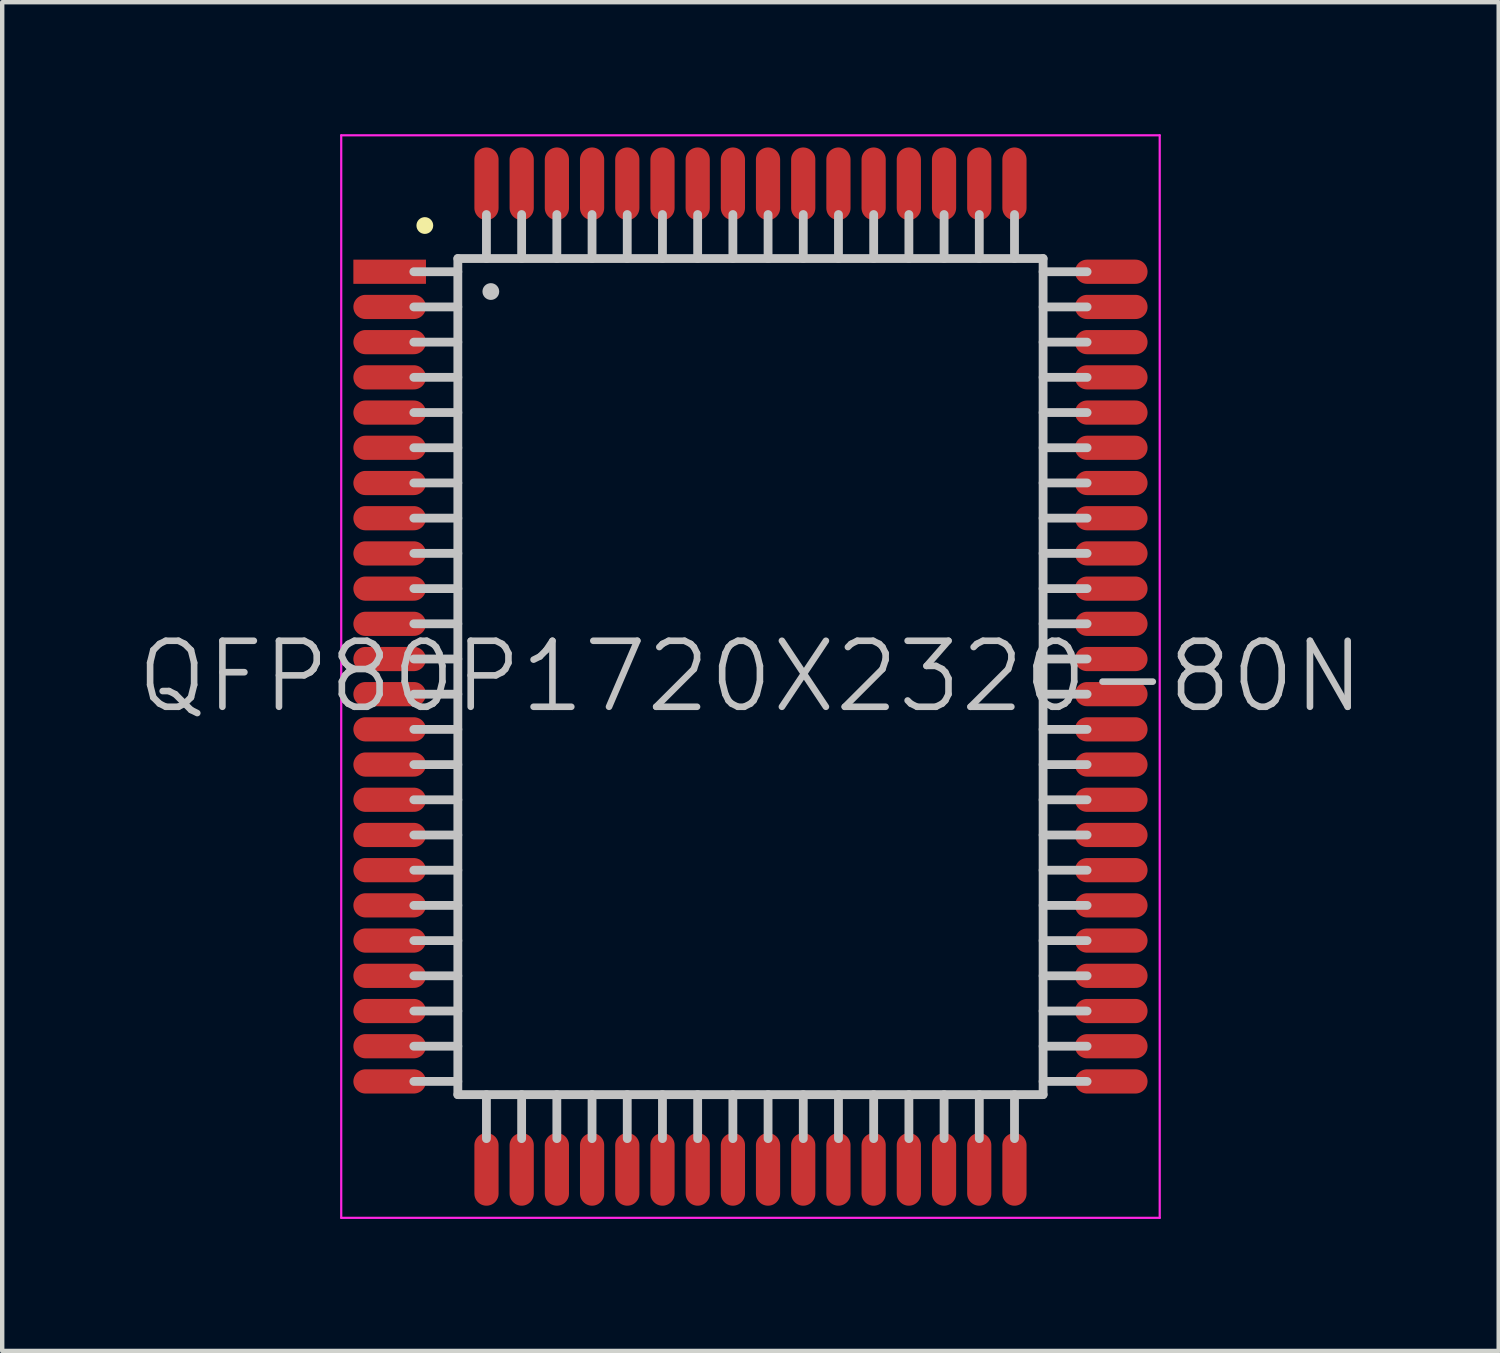
<source format=kicad_pcb>
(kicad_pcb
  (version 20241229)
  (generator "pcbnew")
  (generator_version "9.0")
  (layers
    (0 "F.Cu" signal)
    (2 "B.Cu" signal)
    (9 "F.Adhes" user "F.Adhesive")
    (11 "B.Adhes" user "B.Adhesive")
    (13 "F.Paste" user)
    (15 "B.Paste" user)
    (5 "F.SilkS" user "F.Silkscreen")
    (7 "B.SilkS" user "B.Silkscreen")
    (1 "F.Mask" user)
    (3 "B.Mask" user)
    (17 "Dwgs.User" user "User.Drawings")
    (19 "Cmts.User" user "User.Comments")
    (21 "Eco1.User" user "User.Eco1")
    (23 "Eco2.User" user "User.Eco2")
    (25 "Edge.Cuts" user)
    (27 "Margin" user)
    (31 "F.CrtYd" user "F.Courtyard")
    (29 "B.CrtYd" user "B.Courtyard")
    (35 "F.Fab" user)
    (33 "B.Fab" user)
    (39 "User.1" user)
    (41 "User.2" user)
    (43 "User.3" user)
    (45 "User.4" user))
  (footprint "QFP80P1720X2320-80N"
    (layer "F.Cu")
    (at 14.004 12.325)
    (property "Reference" "QFP80P1720X2320-80N" (at 0 0 0) (layer "Dwgs.User") (effects (font (size 1.5 1.5) (thickness 0.15))))
    (attr smd)
    (fp_line (start -7.4 -10.25) (end -7.4 -10.25) (stroke (width 0.381) (type solid)) (layer "F.SilkS"))
    (fp_line (start -6.65 -9.5) (end -6.65 9.5) (stroke (width 0.2) (type solid)) (layer "Dwgs.User"))
    (fp_line (start -6.65 -9.5) (end 6.65 -9.5) (stroke (width 0.2) (type solid)) (layer "Dwgs.User"))
    (fp_line (start -6.65 -9.2) (end -7.65 -9.2) (stroke (width 0.2) (type solid)) (layer "Dwgs.User"))
    (fp_line (start -6.65 -8.4) (end -7.65 -8.4) (stroke (width 0.2) (type solid)) (layer "Dwgs.User"))
    (fp_line (start -6.65 -7.6) (end -7.65 -7.6) (stroke (width 0.2) (type solid)) (layer "Dwgs.User"))
    (fp_line (start -6.65 -6.8) (end -7.65 -6.8) (stroke (width 0.2) (type solid)) (layer "Dwgs.User"))
    (fp_line (start -6.65 -6) (end -7.65 -6) (stroke (width 0.2) (type solid)) (layer "Dwgs.User"))
    (fp_line (start -6.65 -5.2) (end -7.65 -5.2) (stroke (width 0.2) (type solid)) (layer "Dwgs.User"))
    (fp_line (start -6.65 -4.4) (end -7.65 -4.4) (stroke (width 0.2) (type solid)) (layer "Dwgs.User"))
    (fp_line (start -6.65 -3.6) (end -7.65 -3.6) (stroke (width 0.2) (type solid)) (layer "Dwgs.User"))
    (fp_line (start -6.65 -2.8) (end -7.65 -2.8) (stroke (width 0.2) (type solid)) (layer "Dwgs.User"))
    (fp_line (start -6.65 -2) (end -7.65 -2) (stroke (width 0.2) (type solid)) (layer "Dwgs.User"))
    (fp_line (start -6.65 -1.2) (end -7.65 -1.2) (stroke (width 0.2) (type solid)) (layer "Dwgs.User"))
    (fp_line (start -6.65 -0.4) (end -7.65 -0.4) (stroke (width 0.2) (type solid)) (layer "Dwgs.User"))
    (fp_line (start -6.65 0.4) (end -7.65 0.4) (stroke (width 0.2) (type solid)) (layer "Dwgs.User"))
    (fp_line (start -6.65 1.2) (end -7.65 1.2) (stroke (width 0.2) (type solid)) (layer "Dwgs.User"))
    (fp_line (start -6.65 2) (end -7.65 2) (stroke (width 0.2) (type solid)) (layer "Dwgs.User"))
    (fp_line (start -6.65 2.8) (end -7.65 2.8) (stroke (width 0.2) (type solid)) (layer "Dwgs.User"))
    (fp_line (start -6.65 3.6) (end -7.65 3.6) (stroke (width 0.2) (type solid)) (layer "Dwgs.User"))
    (fp_line (start -6.65 4.4) (end -7.65 4.4) (stroke (width 0.2) (type solid)) (layer "Dwgs.User"))
    (fp_line (start -6.65 5.2) (end -7.65 5.2) (stroke (width 0.2) (type solid)) (layer "Dwgs.User"))
    (fp_line (start -6.65 6) (end -7.65 6) (stroke (width 0.2) (type solid)) (layer "Dwgs.User"))
    (fp_line (start -6.65 6.8) (end -7.65 6.8) (stroke (width 0.2) (type solid)) (layer "Dwgs.User"))
    (fp_line (start -6.65 7.6) (end -7.65 7.6) (stroke (width 0.2) (type solid)) (layer "Dwgs.User"))
    (fp_line (start -6.65 8.4) (end -7.65 8.4) (stroke (width 0.2) (type solid)) (layer "Dwgs.User"))
    (fp_line (start -6.65 9.2) (end -7.65 9.2) (stroke (width 0.2) (type solid)) (layer "Dwgs.User"))
    (fp_line (start -6.65 9.5) (end 6.65 9.5) (stroke (width 0.2) (type solid)) (layer "Dwgs.User"))
    (fp_line (start -6 -9.5) (end -6 -10.5) (stroke (width 0.2) (type solid)) (layer "Dwgs.User"))
    (fp_line (start -6 10.5) (end -6 9.5) (stroke (width 0.2) (type solid)) (layer "Dwgs.User"))
    (fp_line (start -5.9 -8.75) (end -5.9 -8.75) (stroke (width 0.381) (type solid)) (layer "Dwgs.User"))
    (fp_line (start -5.2 -9.5) (end -5.2 -10.5) (stroke (width 0.2) (type solid)) (layer "Dwgs.User"))
    (fp_line (start -5.2 10.5) (end -5.2 9.5) (stroke (width 0.2) (type solid)) (layer "Dwgs.User"))
    (fp_line (start -4.4 -9.5) (end -4.4 -10.5) (stroke (width 0.2) (type solid)) (layer "Dwgs.User"))
    (fp_line (start -4.4 10.5) (end -4.4 9.5) (stroke (width 0.2) (type solid)) (layer "Dwgs.User"))
    (fp_line (start -3.6 -9.5) (end -3.6 -10.5) (stroke (width 0.2) (type solid)) (layer "Dwgs.User"))
    (fp_line (start -3.6 10.5) (end -3.6 9.5) (stroke (width 0.2) (type solid)) (layer "Dwgs.User"))
    (fp_line (start -2.8 -9.5) (end -2.8 -10.5) (stroke (width 0.2) (type solid)) (layer "Dwgs.User"))
    (fp_line (start -2.8 10.5) (end -2.8 9.5) (stroke (width 0.2) (type solid)) (layer "Dwgs.User"))
    (fp_line (start -2 -9.5) (end -2 -10.5) (stroke (width 0.2) (type solid)) (layer "Dwgs.User"))
    (fp_line (start -2 10.5) (end -2 9.5) (stroke (width 0.2) (type solid)) (layer "Dwgs.User"))
    (fp_line (start -1.2 -9.5) (end -1.2 -10.5) (stroke (width 0.2) (type solid)) (layer "Dwgs.User"))
    (fp_line (start -1.2 10.5) (end -1.2 9.5) (stroke (width 0.2) (type solid)) (layer "Dwgs.User"))
    (fp_line (start -0.4 -9.5) (end -0.4 -10.5) (stroke (width 0.2) (type solid)) (layer "Dwgs.User"))
    (fp_line (start -0.4 10.5) (end -0.4 9.5) (stroke (width 0.2) (type solid)) (layer "Dwgs.User"))
    (fp_line (start 0.4 -9.5) (end 0.4 -10.5) (stroke (width 0.2) (type solid)) (layer "Dwgs.User"))
    (fp_line (start 0.4 10.5) (end 0.4 9.5) (stroke (width 0.2) (type solid)) (layer "Dwgs.User"))
    (fp_line (start 1.2 -9.5) (end 1.2 -10.5) (stroke (width 0.2) (type solid)) (layer "Dwgs.User"))
    (fp_line (start 1.2 10.5) (end 1.2 9.5) (stroke (width 0.2) (type solid)) (layer "Dwgs.User"))
    (fp_line (start 2 -9.5) (end 2 -10.5) (stroke (width 0.2) (type solid)) (layer "Dwgs.User"))
    (fp_line (start 2 10.5) (end 2 9.5) (stroke (width 0.2) (type solid)) (layer "Dwgs.User"))
    (fp_line (start 2.8 -9.5) (end 2.8 -10.5) (stroke (width 0.2) (type solid)) (layer "Dwgs.User"))
    (fp_line (start 2.8 10.5) (end 2.8 9.5) (stroke (width 0.2) (type solid)) (layer "Dwgs.User"))
    (fp_line (start 3.6 -9.5) (end 3.6 -10.5) (stroke (width 0.2) (type solid)) (layer "Dwgs.User"))
    (fp_line (start 3.6 10.5) (end 3.6 9.5) (stroke (width 0.2) (type solid)) (layer "Dwgs.User"))
    (fp_line (start 4.4 -9.5) (end 4.4 -10.5) (stroke (width 0.2) (type solid)) (layer "Dwgs.User"))
    (fp_line (start 4.4 10.5) (end 4.4 9.5) (stroke (width 0.2) (type solid)) (layer "Dwgs.User"))
    (fp_line (start 5.2 -9.5) (end 5.2 -10.5) (stroke (width 0.2) (type solid)) (layer "Dwgs.User"))
    (fp_line (start 5.2 10.5) (end 5.2 9.5) (stroke (width 0.2) (type solid)) (layer "Dwgs.User"))
    (fp_line (start 6 -9.5) (end 6 -10.5) (stroke (width 0.2) (type solid)) (layer "Dwgs.User"))
    (fp_line (start 6 10.5) (end 6 9.5) (stroke (width 0.2) (type solid)) (layer "Dwgs.User"))
    (fp_line (start 6.65 -9.5) (end 6.65 9.5) (stroke (width 0.2) (type solid)) (layer "Dwgs.User"))
    (fp_line (start 7.65 -9.2) (end 6.65 -9.2) (stroke (width 0.2) (type solid)) (layer "Dwgs.User"))
    (fp_line (start 7.65 -8.4) (end 6.65 -8.4) (stroke (width 0.2) (type solid)) (layer "Dwgs.User"))
    (fp_line (start 7.65 -7.6) (end 6.65 -7.6) (stroke (width 0.2) (type solid)) (layer "Dwgs.User"))
    (fp_line (start 7.65 -6.8) (end 6.65 -6.8) (stroke (width 0.2) (type solid)) (layer "Dwgs.User"))
    (fp_line (start 7.65 -6) (end 6.65 -6) (stroke (width 0.2) (type solid)) (layer "Dwgs.User"))
    (fp_line (start 7.65 -5.2) (end 6.65 -5.2) (stroke (width 0.2) (type solid)) (layer "Dwgs.User"))
    (fp_line (start 7.65 -4.4) (end 6.65 -4.4) (stroke (width 0.2) (type solid)) (layer "Dwgs.User"))
    (fp_line (start 7.65 -3.6) (end 6.65 -3.6) (stroke (width 0.2) (type solid)) (layer "Dwgs.User"))
    (fp_line (start 7.65 -2.8) (end 6.65 -2.8) (stroke (width 0.2) (type solid)) (layer "Dwgs.User"))
    (fp_line (start 7.65 -2) (end 6.65 -2) (stroke (width 0.2) (type solid)) (layer "Dwgs.User"))
    (fp_line (start 7.65 -1.2) (end 6.65 -1.2) (stroke (width 0.2) (type solid)) (layer "Dwgs.User"))
    (fp_line (start 7.65 -0.4) (end 6.65 -0.4) (stroke (width 0.2) (type solid)) (layer "Dwgs.User"))
    (fp_line (start 7.65 0.4) (end 6.65 0.4) (stroke (width 0.2) (type solid)) (layer "Dwgs.User"))
    (fp_line (start 7.65 1.2) (end 6.65 1.2) (stroke (width 0.2) (type solid)) (layer "Dwgs.User"))
    (fp_line (start 7.65 2) (end 6.65 2) (stroke (width 0.2) (type solid)) (layer "Dwgs.User"))
    (fp_line (start 7.65 2.8) (end 6.65 2.8) (stroke (width 0.2) (type solid)) (layer "Dwgs.User"))
    (fp_line (start 7.65 3.6) (end 6.65 3.6) (stroke (width 0.2) (type solid)) (layer "Dwgs.User"))
    (fp_line (start 7.65 4.4) (end 6.65 4.4) (stroke (width 0.2) (type solid)) (layer "Dwgs.User"))
    (fp_line (start 7.65 5.2) (end 6.65 5.2) (stroke (width 0.2) (type solid)) (layer "Dwgs.User"))
    (fp_line (start 7.65 6) (end 6.65 6) (stroke (width 0.2) (type solid)) (layer "Dwgs.User"))
    (fp_line (start 7.65 6.8) (end 6.65 6.8) (stroke (width 0.2) (type solid)) (layer "Dwgs.User"))
    (fp_line (start 7.65 7.6) (end 6.65 7.6) (stroke (width 0.2) (type solid)) (layer "Dwgs.User"))
    (fp_line (start 7.65 8.4) (end 6.65 8.4) (stroke (width 0.2) (type solid)) (layer "Dwgs.User"))
    (fp_line (start 7.65 9.2) (end 6.65 9.2) (stroke (width 0.2) (type solid)) (layer "Dwgs.User"))
    (fp_line (start -9.3 -12.3) (end -9.3 12.3) (stroke (width 0.05) (type solid)) (layer "F.CrtYd"))
    (fp_line (start -9.3 -12.3) (end 9.3 -12.3) (stroke (width 0.05) (type solid)) (layer "F.CrtYd"))
    (fp_line (start -9.3 12.3) (end 9.3 12.3) (stroke (width 0.05) (type solid)) (layer "F.CrtYd"))
    (fp_line (start 9.3 -12.3) (end 9.3 12.3) (stroke (width 0.05) (type solid)) (layer "F.CrtYd"))
    (pad "1" smd rect (at -8.199 -9.2 90) (size 0.55 1.65) (layers "F.Cu" "F.Mask" "F.Paste"))
    (pad "2" smd oval (at -8.199 -8.4 90) (size 0.55 1.65) (layers "F.Cu" "F.Mask" "F.Paste"))
    (pad "3" smd oval (at -8.199 -7.6 90) (size 0.55 1.65) (layers "F.Cu" "F.Mask" "F.Paste"))
    (pad "4" smd oval (at -8.199 -6.8 90) (size 0.55 1.65) (layers "F.Cu" "F.Mask" "F.Paste"))
    (pad "5" smd oval (at -8.199 -5.999 90) (size 0.55 1.65) (layers "F.Cu" "F.Mask" "F.Paste"))
    (pad "6" smd oval (at -8.199 -5.199 90) (size 0.55 1.65) (layers "F.Cu" "F.Mask" "F.Paste"))
    (pad "7" smd oval (at -8.199 -4.399 90) (size 0.55 1.65) (layers "F.Cu" "F.Mask" "F.Paste"))
    (pad "8" smd oval (at -8.199 -3.599 90) (size 0.55 1.65) (layers "F.Cu" "F.Mask" "F.Paste"))
    (pad "9" smd oval (at -8.199 -2.799 90) (size 0.55 1.65) (layers "F.Cu" "F.Mask" "F.Paste"))
    (pad "10" smd oval (at -8.199 -1.999 90) (size 0.55 1.65) (layers "F.Cu" "F.Mask" "F.Paste"))
    (pad "11" smd oval (at -8.199 -1.199 90) (size 0.55 1.65) (layers "F.Cu" "F.Mask" "F.Paste"))
    (pad "12" smd oval (at -8.199 -0.399 90) (size 0.55 1.65) (layers "F.Cu" "F.Mask" "F.Paste"))
    (pad "13" smd oval (at -8.199 0.399 90) (size 0.55 1.65) (layers "F.Cu" "F.Mask" "F.Paste"))
    (pad "14" smd oval (at -8.199 1.199 90) (size 0.55 1.65) (layers "F.Cu" "F.Mask" "F.Paste"))
    (pad "15" smd oval (at -8.199 1.999 90) (size 0.55 1.65) (layers "F.Cu" "F.Mask" "F.Paste"))
    (pad "16" smd oval (at -8.199 2.799 90) (size 0.55 1.65) (layers "F.Cu" "F.Mask" "F.Paste"))
    (pad "17" smd oval (at -8.199 3.599 90) (size 0.55 1.65) (layers "F.Cu" "F.Mask" "F.Paste"))
    (pad "18" smd oval (at -8.199 4.399 90) (size 0.55 1.65) (layers "F.Cu" "F.Mask" "F.Paste"))
    (pad "19" smd oval (at -8.199 5.199 90) (size 0.55 1.65) (layers "F.Cu" "F.Mask" "F.Paste"))
    (pad "20" smd oval (at -8.199 5.999 90) (size 0.55 1.65) (layers "F.Cu" "F.Mask" "F.Paste"))
    (pad "21" smd oval (at -8.199 6.8 90) (size 0.55 1.65) (layers "F.Cu" "F.Mask" "F.Paste"))
    (pad "22" smd oval (at -8.199 7.6 90) (size 0.55 1.65) (layers "F.Cu" "F.Mask" "F.Paste"))
    (pad "23" smd oval (at -8.199 8.4 90) (size 0.55 1.65) (layers "F.Cu" "F.Mask" "F.Paste"))
    (pad "24" smd oval (at -8.199 9.2 90) (size 0.55 1.65) (layers "F.Cu" "F.Mask" "F.Paste"))
    (pad "25" smd oval (at -5.999 11.199 180) (size 0.55 1.65) (layers "F.Cu" "F.Mask" "F.Paste"))
    (pad "26" smd oval (at -5.199 11.199 180) (size 0.55 1.65) (layers "F.Cu" "F.Mask" "F.Paste"))
    (pad "27" smd oval (at -4.399 11.199 180) (size 0.55 1.65) (layers "F.Cu" "F.Mask" "F.Paste"))
    (pad "28" smd oval (at -3.599 11.199 180) (size 0.55 1.65) (layers "F.Cu" "F.Mask" "F.Paste"))
    (pad "29" smd oval (at -2.799 11.199 180) (size 0.55 1.65) (layers "F.Cu" "F.Mask" "F.Paste"))
    (pad "30" smd oval (at -1.999 11.199 180) (size 0.55 1.65) (layers "F.Cu" "F.Mask" "F.Paste"))
    (pad "31" smd oval (at -1.199 11.199 180) (size 0.55 1.65) (layers "F.Cu" "F.Mask" "F.Paste"))
    (pad "32" smd oval (at -0.399 11.199 180) (size 0.55 1.65) (layers "F.Cu" "F.Mask" "F.Paste"))
    (pad "33" smd oval (at 0.399 11.199 180) (size 0.55 1.65) (layers "F.Cu" "F.Mask" "F.Paste"))
    (pad "34" smd oval (at 1.199 11.199 180) (size 0.55 1.65) (layers "F.Cu" "F.Mask" "F.Paste"))
    (pad "35" smd oval (at 1.999 11.199 180) (size 0.55 1.65) (layers "F.Cu" "F.Mask" "F.Paste"))
    (pad "36" smd oval (at 2.799 11.199 180) (size 0.55 1.65) (layers "F.Cu" "F.Mask" "F.Paste"))
    (pad "37" smd oval (at 3.599 11.199 180) (size 0.55 1.65) (layers "F.Cu" "F.Mask" "F.Paste"))
    (pad "38" smd oval (at 4.399 11.199 180) (size 0.55 1.65) (layers "F.Cu" "F.Mask" "F.Paste"))
    (pad "39" smd oval (at 5.199 11.199 180) (size 0.55 1.65) (layers "F.Cu" "F.Mask" "F.Paste"))
    (pad "40" smd oval (at 5.999 11.199 180) (size 0.55 1.65) (layers "F.Cu" "F.Mask" "F.Paste"))
    (pad "41" smd oval (at 8.199 9.2 270) (size 0.55 1.65) (layers "F.Cu" "F.Mask" "F.Paste"))
    (pad "42" smd oval (at 8.199 8.4 270) (size 0.55 1.65) (layers "F.Cu" "F.Mask" "F.Paste"))
    (pad "43" smd oval (at 8.199 7.6 270) (size 0.55 1.65) (layers "F.Cu" "F.Mask" "F.Paste"))
    (pad "44" smd oval (at 8.199 6.8 270) (size 0.55 1.65) (layers "F.Cu" "F.Mask" "F.Paste"))
    (pad "45" smd oval (at 8.199 5.999 270) (size 0.55 1.65) (layers "F.Cu" "F.Mask" "F.Paste"))
    (pad "46" smd oval (at 8.199 5.199 270) (size 0.55 1.65) (layers "F.Cu" "F.Mask" "F.Paste"))
    (pad "47" smd oval (at 8.199 4.399 270) (size 0.55 1.65) (layers "F.Cu" "F.Mask" "F.Paste"))
    (pad "48" smd oval (at 8.199 3.599 270) (size 0.55 1.65) (layers "F.Cu" "F.Mask" "F.Paste"))
    (pad "49" smd oval (at 8.199 2.799 270) (size 0.55 1.65) (layers "F.Cu" "F.Mask" "F.Paste"))
    (pad "50" smd oval (at 8.199 1.999 270) (size 0.55 1.65) (layers "F.Cu" "F.Mask" "F.Paste"))
    (pad "51" smd oval (at 8.199 1.199 270) (size 0.55 1.65) (layers "F.Cu" "F.Mask" "F.Paste"))
    (pad "52" smd oval (at 8.199 0.399 270) (size 0.55 1.65) (layers "F.Cu" "F.Mask" "F.Paste"))
    (pad "53" smd oval (at 8.199 -0.399 270) (size 0.55 1.65) (layers "F.Cu" "F.Mask" "F.Paste"))
    (pad "54" smd oval (at 8.199 -1.199 270) (size 0.55 1.65) (layers "F.Cu" "F.Mask" "F.Paste"))
    (pad "55" smd oval (at 8.199 -1.999 270) (size 0.55 1.65) (layers "F.Cu" "F.Mask" "F.Paste"))
    (pad "56" smd oval (at 8.199 -2.799 270) (size 0.55 1.65) (layers "F.Cu" "F.Mask" "F.Paste"))
    (pad "57" smd oval (at 8.199 -3.599 270) (size 0.55 1.65) (layers "F.Cu" "F.Mask" "F.Paste"))
    (pad "58" smd oval (at 8.199 -4.399 270) (size 0.55 1.65) (layers "F.Cu" "F.Mask" "F.Paste"))
    (pad "59" smd oval (at 8.199 -5.199 270) (size 0.55 1.65) (layers "F.Cu" "F.Mask" "F.Paste"))
    (pad "60" smd oval (at 8.199 -5.999 270) (size 0.55 1.65) (layers "F.Cu" "F.Mask" "F.Paste"))
    (pad "61" smd oval (at 8.199 -6.8 270) (size 0.55 1.65) (layers "F.Cu" "F.Mask" "F.Paste"))
    (pad "62" smd oval (at 8.199 -7.6 270) (size 0.55 1.65) (layers "F.Cu" "F.Mask" "F.Paste"))
    (pad "63" smd oval (at 8.199 -8.4 270) (size 0.55 1.65) (layers "F.Cu" "F.Mask" "F.Paste"))
    (pad "64" smd oval (at 8.199 -9.2 270) (size 0.55 1.65) (layers "F.Cu" "F.Mask" "F.Paste"))
    (pad "65" smd oval (at 5.999 -11.199) (size 0.55 1.65) (layers "F.Cu" "F.Mask" "F.Paste"))
    (pad "66" smd oval (at 5.199 -11.199) (size 0.55 1.65) (layers "F.Cu" "F.Mask" "F.Paste"))
    (pad "67" smd oval (at 4.399 -11.199) (size 0.55 1.65) (layers "F.Cu" "F.Mask" "F.Paste"))
    (pad "68" smd oval (at 3.599 -11.199) (size 0.55 1.65) (layers "F.Cu" "F.Mask" "F.Paste"))
    (pad "69" smd oval (at 2.799 -11.199) (size 0.55 1.65) (layers "F.Cu" "F.Mask" "F.Paste"))
    (pad "70" smd oval (at 1.999 -11.199) (size 0.55 1.65) (layers "F.Cu" "F.Mask" "F.Paste"))
    (pad "71" smd oval (at 1.199 -11.199) (size 0.55 1.65) (layers "F.Cu" "F.Mask" "F.Paste"))
    (pad "72" smd oval (at 0.399 -11.199) (size 0.55 1.65) (layers "F.Cu" "F.Mask" "F.Paste"))
    (pad "73" smd oval (at -0.399 -11.199) (size 0.55 1.65) (layers "F.Cu" "F.Mask" "F.Paste"))
    (pad "74" smd oval (at -1.199 -11.199) (size 0.55 1.65) (layers "F.Cu" "F.Mask" "F.Paste"))
    (pad "75" smd oval (at -1.999 -11.199) (size 0.55 1.65) (layers "F.Cu" "F.Mask" "F.Paste"))
    (pad "76" smd oval (at -2.799 -11.199) (size 0.55 1.65) (layers "F.Cu" "F.Mask" "F.Paste"))
    (pad "77" smd oval (at -3.599 -11.199) (size 0.55 1.65) (layers "F.Cu" "F.Mask" "F.Paste"))
    (pad "78" smd oval (at -4.399 -11.199) (size 0.55 1.65) (layers "F.Cu" "F.Mask" "F.Paste"))
    (pad "79" smd oval (at -5.199 -11.199) (size 0.55 1.65) (layers "F.Cu" "F.Mask" "F.Paste"))
    (pad "80" smd oval (at -5.999 -11.199) (size 0.55 1.65) (layers "F.Cu" "F.Mask" "F.Paste")))
  (gr_rect
    (start -3 -3)
    (end 31.007 27.65)
    (stroke (width 0.1) (type default))
    (fill no)
    (layer "Edge.Cuts")))
</source>
